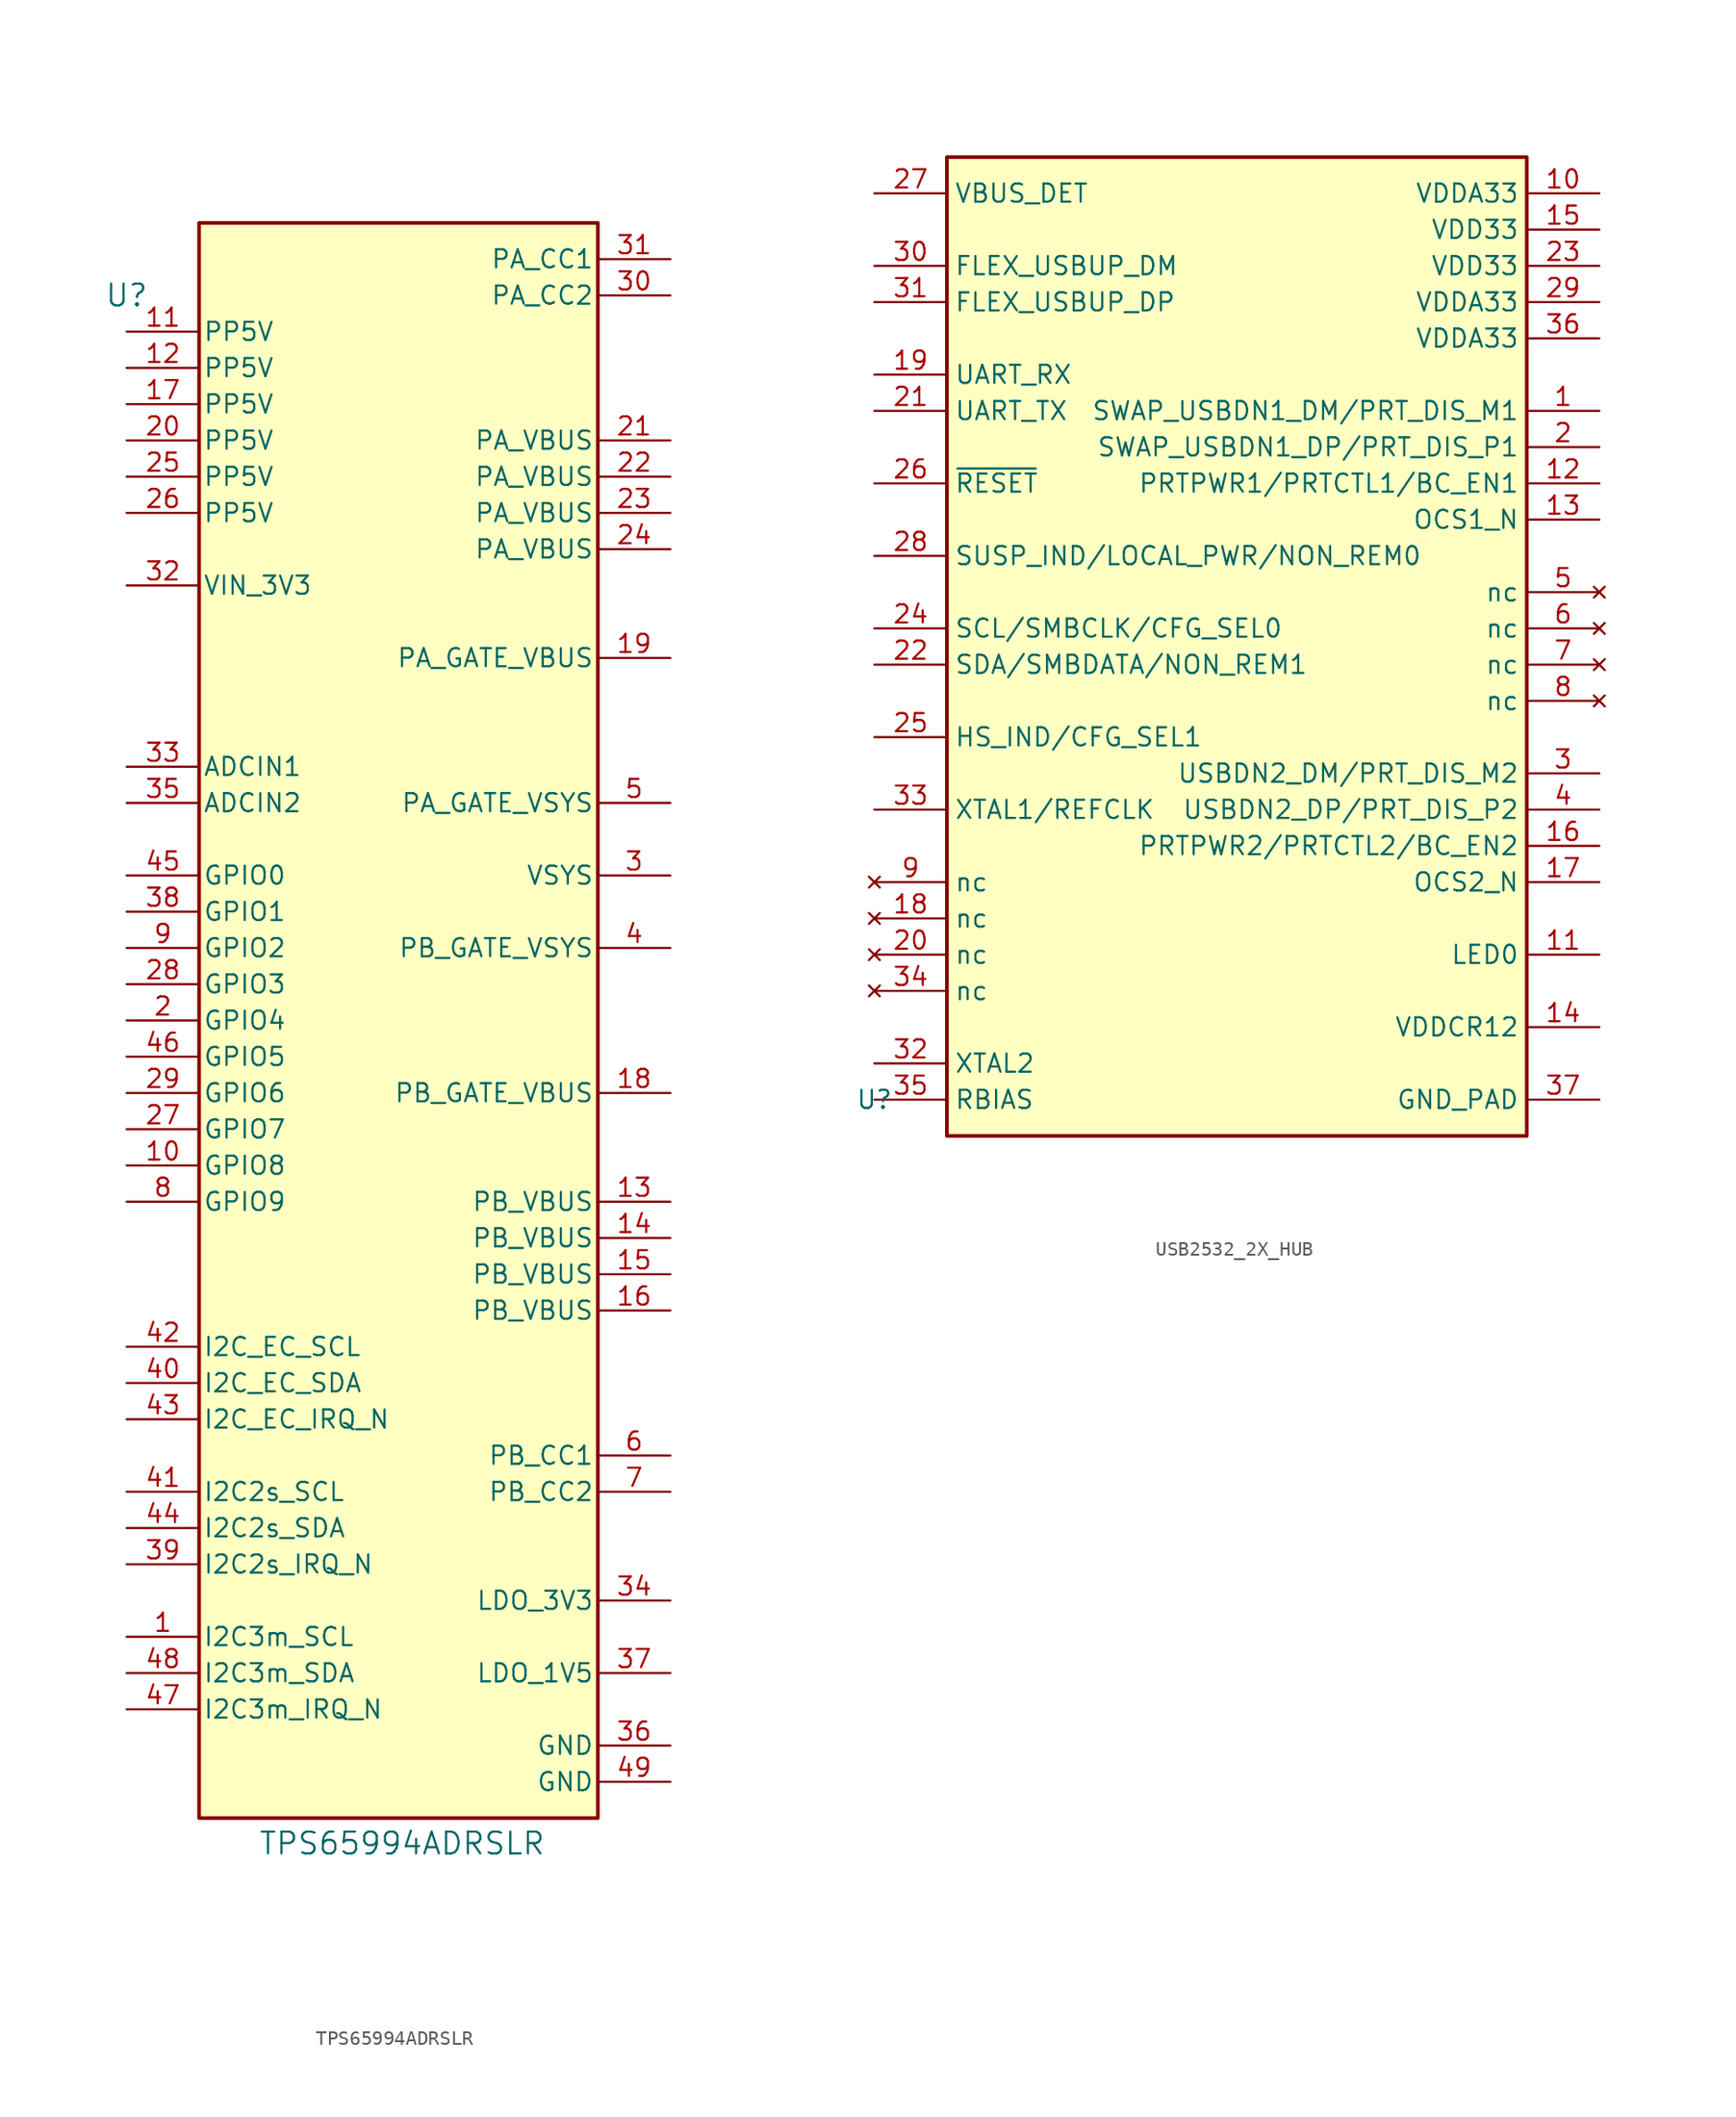
<source format=kicad_sym>
(kicad_symbol_lib
  (version 20231120)
  (generator "kicad_symbol_editor")
  (generator_version "8.0")
  (symbol "TPS65994ADRSLR"
    (pin_names
      (offset 0.254))
    (property "Reference" "U"
      (at 0 99.06 0)
      (effects (font (size 1.524 1.524))))
    (property "Value" "TPS65994ADRSLR"
      (at 19.304 -9.398 0)
      (effects (font (size 1.524 1.524))))
    (symbol "TPS65994ADRSLR_0_1"
      (pin passive line (at 0 5.08 0) (length 5.08) (name "I2C3m_SCL" (effects (font (size 1.27 1.27)))) (number "1" (effects (font (size 1.27 1.27)))))
      (pin passive line (at 0 38.1 0) (length 5.08) (name "GPIO8" (effects (font (size 1.27 1.27)))) (number "10" (effects (font (size 1.27 1.27)))))
      (pin power_in line (at 0 96.52 0) (length 5.08) (name "PP5V" (effects (font (size 1.27 1.27)))) (number "11" (effects (font (size 1.27 1.27)))))
      (pin power_in line (at 0 93.98 0) (length 5.08) (name "PP5V" (effects (font (size 1.27 1.27)))) (number "12" (effects (font (size 1.27 1.27)))))
      (pin passive line (at 38.1 35.56 180) (length 5.08) (name "PB_VBUS" (effects (font (size 1.27 1.27)))) (number "13" (effects (font (size 1.27 1.27)))))
      (pin passive line (at 38.1 33.02 180) (length 5.08) (name "PB_VBUS" (effects (font (size 1.27 1.27)))) (number "14" (effects (font (size 1.27 1.27)))))
      (pin passive line (at 38.1 30.48 180) (length 5.08) (name "PB_VBUS" (effects (font (size 1.27 1.27)))) (number "15" (effects (font (size 1.27 1.27)))))
      (pin passive line (at 38.1 27.94 180) (length 5.08) (name "PB_VBUS" (effects (font (size 1.27 1.27)))) (number "16" (effects (font (size 1.27 1.27)))))
      (pin power_in line (at 0 91.44 0) (length 5.08) (name "PP5V" (effects (font (size 1.27 1.27)))) (number "17" (effects (font (size 1.27 1.27)))))
      (pin passive line (at 38.1 43.18 180) (length 5.08) (name "PB_GATE_VBUS" (effects (font (size 1.27 1.27)))) (number "18" (effects (font (size 1.27 1.27)))))
      (pin passive line (at 38.1 73.66 180) (length 5.08) (name "PA_GATE_VBUS" (effects (font (size 1.27 1.27)))) (number "19" (effects (font (size 1.27 1.27)))))
      (pin passive line (at 0 48.26 0) (length 5.08) (name "GPIO4" (effects (font (size 1.27 1.27)))) (number "2" (effects (font (size 1.27 1.27)))))
      (pin power_in line (at 0 88.9 0) (length 5.08) (name "PP5V" (effects (font (size 1.27 1.27)))) (number "20" (effects (font (size 1.27 1.27)))))
      (pin passive line (at 38.1 88.9 180) (length 5.08) (name "PA_VBUS" (effects (font (size 1.27 1.27)))) (number "21" (effects (font (size 1.27 1.27)))))
      (pin passive line (at 38.1 86.36 180) (length 5.08) (name "PA_VBUS" (effects (font (size 1.27 1.27)))) (number "22" (effects (font (size 1.27 1.27)))))
      (pin passive line (at 38.1 83.82 180) (length 5.08) (name "PA_VBUS" (effects (font (size 1.27 1.27)))) (number "23" (effects (font (size 1.27 1.27)))))
      (pin passive line (at 38.1 81.28 180) (length 5.08) (name "PA_VBUS" (effects (font (size 1.27 1.27)))) (number "24" (effects (font (size 1.27 1.27)))))
      (pin power_in line (at 0 86.36 0) (length 5.08) (name "PP5V" (effects (font (size 1.27 1.27)))) (number "25" (effects (font (size 1.27 1.27)))))
      (pin power_in line (at 0 83.82 0) (length 5.08) (name "PP5V" (effects (font (size 1.27 1.27)))) (number "26" (effects (font (size 1.27 1.27)))))
      (pin passive line (at 0 40.64 0) (length 5.08) (name "GPIO7" (effects (font (size 1.27 1.27)))) (number "27" (effects (font (size 1.27 1.27)))))
      (pin passive line (at 0 50.8 0) (length 5.08) (name "GPIO3" (effects (font (size 1.27 1.27)))) (number "28" (effects (font (size 1.27 1.27)))))
      (pin passive line (at 0 43.18 0) (length 5.08) (name "GPIO6" (effects (font (size 1.27 1.27)))) (number "29" (effects (font (size 1.27 1.27)))))
      (pin passive line (at 38.1 58.42 180) (length 5.08) (name "VSYS" (effects (font (size 1.27 1.27)))) (number "3" (effects (font (size 1.27 1.27)))))
      (pin passive line (at 38.1 99.06 180) (length 5.08) (name "PA_CC2" (effects (font (size 1.27 1.27)))) (number "30" (effects (font (size 1.27 1.27)))))
      (pin passive line (at 38.1 101.6 180) (length 5.08) (name "PA_CC1" (effects (font (size 1.27 1.27)))) (number "31" (effects (font (size 1.27 1.27)))))
      (pin power_in line (at 0 78.74 0) (length 5.08) (name "VIN_3V3" (effects (font (size 1.27 1.27)))) (number "32" (effects (font (size 1.27 1.27)))))
      (pin passive line (at 0 66.04 0) (length 5.08) (name "ADCIN1" (effects (font (size 1.27 1.27)))) (number "33" (effects (font (size 1.27 1.27)))))
      (pin passive line (at 38.1 7.62 180) (length 5.08) (name "LDO_3V3" (effects (font (size 1.27 1.27)))) (number "34" (effects (font (size 1.27 1.27)))))
      (pin passive line (at 0 63.5 0) (length 5.08) (name "ADCIN2" (effects (font (size 1.27 1.27)))) (number "35" (effects (font (size 1.27 1.27)))))
      (pin power_in line (at 38.1 -2.54 180) (length 5.08) (name "GND" (effects (font (size 1.27 1.27)))) (number "36" (effects (font (size 1.27 1.27)))))
      (pin passive line (at 38.1 2.54 180) (length 5.08) (name "LDO_1V5" (effects (font (size 1.27 1.27)))) (number "37" (effects (font (size 1.27 1.27)))))
      (pin passive line (at 0 55.88 0) (length 5.08) (name "GPIO1" (effects (font (size 1.27 1.27)))) (number "38" (effects (font (size 1.27 1.27)))))
      (pin passive line (at 0 10.16 0) (length 5.08) (name "I2C2s_IRQ_N" (effects (font (size 1.27 1.27)))) (number "39" (effects (font (size 1.27 1.27)))))
      (pin passive line (at 38.1 53.34 180) (length 5.08) (name "PB_GATE_VSYS" (effects (font (size 1.27 1.27)))) (number "4" (effects (font (size 1.27 1.27)))))
      (pin passive line (at 0 22.86 0) (length 5.08) (name "I2C_EC_SDA" (effects (font (size 1.27 1.27)))) (number "40" (effects (font (size 1.27 1.27)))))
      (pin passive line (at 0 15.24 0) (length 5.08) (name "I2C2s_SCL" (effects (font (size 1.27 1.27)))) (number "41" (effects (font (size 1.27 1.27)))))
      (pin passive line (at 0 25.4 0) (length 5.08) (name "I2C_EC_SCL" (effects (font (size 1.27 1.27)))) (number "42" (effects (font (size 1.27 1.27)))))
      (pin passive line (at 0 20.32 0) (length 5.08) (name "I2C_EC_IRQ_N" (effects (font (size 1.27 1.27)))) (number "43" (effects (font (size 1.27 1.27)))))
      (pin passive line (at 0 12.7 0) (length 5.08) (name "I2C2s_SDA" (effects (font (size 1.27 1.27)))) (number "44" (effects (font (size 1.27 1.27)))))
      (pin passive line (at 0 58.42 0) (length 5.08) (name "GPIO0" (effects (font (size 1.27 1.27)))) (number "45" (effects (font (size 1.27 1.27)))))
      (pin passive line (at 0 45.72 0) (length 5.08) (name "GPIO5" (effects (font (size 1.27 1.27)))) (number "46" (effects (font (size 1.27 1.27)))))
      (pin passive line (at 0 0 0) (length 5.08) (name "I2C3m_IRQ_N" (effects (font (size 1.27 1.27)))) (number "47" (effects (font (size 1.27 1.27)))))
      (pin passive line (at 0 2.54 0) (length 5.08) (name "I2C3m_SDA" (effects (font (size 1.27 1.27)))) (number "48" (effects (font (size 1.27 1.27)))))
      (pin power_in line (at 38.1 -5.08 180) (length 5.08) (name "GND" (effects (font (size 1.27 1.27)))) (number "49" (effects (font (size 1.27 1.27)))))
      (pin passive line (at 38.1 63.5 180) (length 5.08) (name "PA_GATE_VSYS" (effects (font (size 1.27 1.27)))) (number "5" (effects (font (size 1.27 1.27)))))
      (pin passive line (at 38.1 17.78 180) (length 5.08) (name "PB_CC1" (effects (font (size 1.27 1.27)))) (number "6" (effects (font (size 1.27 1.27)))))
      (pin passive line (at 38.1 15.24 180) (length 5.08) (name "PB_CC2" (effects (font (size 1.27 1.27)))) (number "7" (effects (font (size 1.27 1.27)))))
      (pin passive line (at 0 35.56 0) (length 5.08) (name "GPIO9" (effects (font (size 1.27 1.27)))) (number "8" (effects (font (size 1.27 1.27)))))
      (pin passive line (at 0 53.34 0) (length 5.08) (name "GPIO2" (effects (font (size 1.27 1.27)))) (number "9" (effects (font (size 1.27 1.27))))))
    (symbol "TPS65994ADRSLR_1_1"
      (rectangle (start 5.08 104.14) (end 33.02 -7.62) (stroke (width 0.254) (type default)) (fill (type background)))))
  (symbol "USB2532_2X_HUB"
    (property "Reference" "U"
      (at 0 0 0)
      (effects (font (size 1.27 1.27))))
    (property "Value" ""
      (at 0 0 0)
      (effects (font (size 1.27 1.27))))
    (symbol "USB2532_2X_HUB_0_1"
      (rectangle (start 5.08 66.04) (end 45.72 -2.54) (stroke (width 0.254) (type default)) (fill (type background))))
    (symbol "USB2532_2X_HUB_1_1"
      (pin passive line (at 50.8 48.26 180) (length 5.08) (name "SWAP_USBDN1_DM/PRT_DIS_M1" (effects (font (size 1.27 1.27)))) (number "1" (effects (font (size 1.27 1.27)))))
      (pin passive line (at 50.8 63.5 180) (length 5.08) (name "VDDA33" (effects (font (size 1.27 1.27)))) (number "10" (effects (font (size 1.27 1.27)))))
      (pin passive line (at 50.8 10.16 180) (length 5.08) (name "LED0" (effects (font (size 1.27 1.27)))) (number "11" (effects (font (size 1.27 1.27)))))
      (pin passive line (at 50.8 43.18 180) (length 5.08) (name "PRTPWR1/PRTCTL1/BC_EN1" (effects (font (size 1.27 1.27)))) (number "12" (effects (font (size 1.27 1.27)))))
      (pin passive line (at 50.8 40.64 180) (length 5.08) (name "OCS1_N" (effects (font (size 1.27 1.27)))) (number "13" (effects (font (size 1.27 1.27)))))
      (pin passive line (at 50.8 5.08 180) (length 5.08) (name "VDDCR12" (effects (font (size 1.27 1.27)))) (number "14" (effects (font (size 1.27 1.27)))))
      (pin passive line (at 50.8 60.96 180) (length 5.08) (name "VDD33" (effects (font (size 1.27 1.27)))) (number "15" (effects (font (size 1.27 1.27)))))
      (pin passive line (at 50.8 17.78 180) (length 5.08) (name "PRTPWR2/PRTCTL2/BC_EN2" (effects (font (size 1.27 1.27)))) (number "16" (effects (font (size 1.27 1.27)))))
      (pin passive line (at 50.8 15.24 180) (length 5.08) (name "OCS2_N" (effects (font (size 1.27 1.27)))) (number "17" (effects (font (size 1.27 1.27)))))
      (pin no_connect line (at 0 12.7 0) (length 5.08) (name "nc" (effects (font (size 1.27 1.27)))) (number "18" (effects (font (size 1.27 1.27)))))
      (pin passive line (at 0 50.8 0) (length 5.08) (name "UART_RX" (effects (font (size 1.27 1.27)))) (number "19" (effects (font (size 1.27 1.27)))))
      (pin passive line (at 50.8 45.72 180) (length 5.08) (name "SWAP_USBDN1_DP/PRT_DIS_P1" (effects (font (size 1.27 1.27)))) (number "2" (effects (font (size 1.27 1.27)))))
      (pin no_connect line (at 0 10.16 0) (length 5.08) (name "nc" (effects (font (size 1.27 1.27)))) (number "20" (effects (font (size 1.27 1.27)))))
      (pin passive line (at 0 48.26 0) (length 5.08) (name "UART_TX" (effects (font (size 1.27 1.27)))) (number "21" (effects (font (size 1.27 1.27)))))
      (pin passive line (at 0 30.48 0) (length 5.08) (name "SDA/SMBDATA/NON_REM1" (effects (font (size 1.27 1.27)))) (number "22" (effects (font (size 1.27 1.27)))))
      (pin passive line (at 50.8 58.42 180) (length 5.08) (name "VDD33" (effects (font (size 1.27 1.27)))) (number "23" (effects (font (size 1.27 1.27)))))
      (pin passive line (at 0 33.02 0) (length 5.08) (name "SCL/SMBCLK/CFG_SEL0" (effects (font (size 1.27 1.27)))) (number "24" (effects (font (size 1.27 1.27)))))
      (pin passive line (at 0 25.4 0) (length 5.08) (name "HS_IND/CFG_SEL1" (effects (font (size 1.27 1.27)))) (number "25" (effects (font (size 1.27 1.27)))))
      (pin passive line (at 0 43.18 0) (length 5.08) (name "~{RESET}" (effects (font (size 1.27 1.27)))) (number "26" (effects (font (size 1.27 1.27)))))
      (pin passive line (at 0 63.5 0) (length 5.08) (name "VBUS_DET" (effects (font (size 1.27 1.27)))) (number "27" (effects (font (size 1.27 1.27)))))
      (pin passive line (at 0 38.1 0) (length 5.08) (name "SUSP_IND/LOCAL_PWR/NON_REM0" (effects (font (size 1.27 1.27)))) (number "28" (effects (font (size 1.27 1.27)))))
      (pin passive line (at 50.8 55.88 180) (length 5.08) (name "VDDA33" (effects (font (size 1.27 1.27)))) (number "29" (effects (font (size 1.27 1.27)))))
      (pin passive line (at 50.8 22.86 180) (length 5.08) (name "USBDN2_DM/PRT_DIS_M2" (effects (font (size 1.27 1.27)))) (number "3" (effects (font (size 1.27 1.27)))))
      (pin passive line (at 0 58.42 0) (length 5.08) (name "FLEX_USBUP_DM" (effects (font (size 1.27 1.27)))) (number "30" (effects (font (size 1.27 1.27)))))
      (pin passive line (at 0 55.88 0) (length 5.08) (name "FLEX_USBUP_DP" (effects (font (size 1.27 1.27)))) (number "31" (effects (font (size 1.27 1.27)))))
      (pin passive line (at 0 2.54 0) (length 5.08) (name "XTAL2" (effects (font (size 1.27 1.27)))) (number "32" (effects (font (size 1.27 1.27)))))
      (pin passive line (at 0 20.32 0) (length 5.08) (name "XTAL1/REFCLK" (effects (font (size 1.27 1.27)))) (number "33" (effects (font (size 1.27 1.27)))))
      (pin no_connect line (at 0 7.62 0) (length 5.08) (name "nc" (effects (font (size 1.27 1.27)))) (number "34" (effects (font (size 1.27 1.27)))))
      (pin passive line (at 0 0 0) (length 5.08) (name "RBIAS" (effects (font (size 1.27 1.27)))) (number "35" (effects (font (size 1.27 1.27)))))
      (pin passive line (at 50.8 53.34 180) (length 5.08) (name "VDDA33" (effects (font (size 1.27 1.27)))) (number "36" (effects (font (size 1.27 1.27)))))
      (pin passive line (at 50.8 0 180) (length 5.08) (name "GND_PAD" (effects (font (size 1.27 1.27)))) (number "37" (effects (font (size 1.27 1.27)))))
      (pin passive line (at 50.8 20.32 180) (length 5.08) (name "USBDN2_DP/PRT_DIS_P2" (effects (font (size 1.27 1.27)))) (number "4" (effects (font (size 1.27 1.27)))))
      (pin no_connect line (at 50.8 35.56 180) (length 5.08) (name "nc" (effects (font (size 1.27 1.27)))) (number "5" (effects (font (size 1.27 1.27)))))
      (pin no_connect line (at 50.8 33.02 180) (length 5.08) (name "nc" (effects (font (size 1.27 1.27)))) (number "6" (effects (font (size 1.27 1.27)))))
      (pin no_connect line (at 50.8 30.48 180) (length 5.08) (name "nc" (effects (font (size 1.27 1.27)))) (number "7" (effects (font (size 1.27 1.27)))))
      (pin no_connect line (at 50.8 27.94 180) (length 5.08) (name "nc" (effects (font (size 1.27 1.27)))) (number "8" (effects (font (size 1.27 1.27)))))
      (pin no_connect line (at 0 15.24 0) (length 5.08) (name "nc" (effects (font (size 1.27 1.27)))) (number "9" (effects (font (size 1.27 1.27))))))))
</source>
